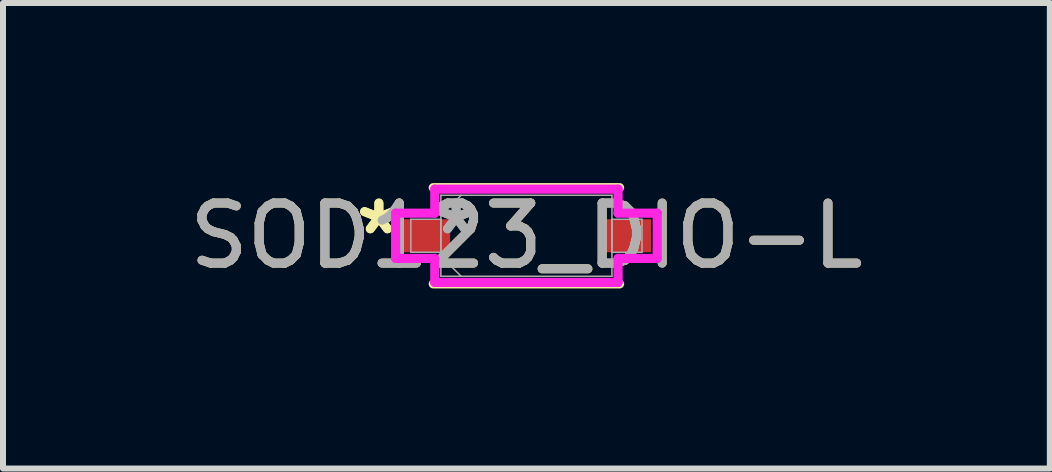
<source format=kicad_pcb>
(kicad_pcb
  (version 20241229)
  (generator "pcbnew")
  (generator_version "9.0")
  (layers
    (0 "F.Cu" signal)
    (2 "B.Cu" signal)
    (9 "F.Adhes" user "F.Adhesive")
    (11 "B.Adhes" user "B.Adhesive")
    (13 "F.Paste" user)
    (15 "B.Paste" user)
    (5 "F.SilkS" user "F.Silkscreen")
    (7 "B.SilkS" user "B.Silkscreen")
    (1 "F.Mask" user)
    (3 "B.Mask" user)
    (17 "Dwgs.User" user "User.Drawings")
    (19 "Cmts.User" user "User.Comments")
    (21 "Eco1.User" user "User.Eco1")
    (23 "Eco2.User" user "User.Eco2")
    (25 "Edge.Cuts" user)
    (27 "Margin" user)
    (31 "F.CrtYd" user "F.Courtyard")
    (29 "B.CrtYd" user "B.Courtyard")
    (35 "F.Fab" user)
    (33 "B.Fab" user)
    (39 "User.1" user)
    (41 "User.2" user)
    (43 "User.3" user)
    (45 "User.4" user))
  (footprint "SOD123_DIO-L"
    (layer "F.Cu")
    (at 5.72 0.878)
    (property "Reference" "SOD123_DIO-L" (at 0 0 0) (unlocked yes) (layer "F.SilkS") (effects (font (size 1 1) (thickness 0.15))))
    (attr smd)
    (fp_line (start -1.552 0.802) (end 1.552 0.802) (stroke (width 0.152) (type solid)) (layer "F.SilkS"))
    (fp_line (start 1.552 -0.802) (end -1.552 -0.802) (stroke (width 0.152) (type solid)) (layer "F.SilkS"))
    (fp_line (start -2.179 -0.377) (end -1.527 -0.377) (stroke (width 0.152) (type solid)) (layer "F.CrtYd"))
    (fp_line (start -2.179 0.377) (end -2.179 -0.377) (stroke (width 0.152) (type solid)) (layer "F.CrtYd"))
    (fp_line (start -1.527 -0.777) (end 1.527 -0.777) (stroke (width 0.152) (type solid)) (layer "F.CrtYd"))
    (fp_line (start -1.527 -0.377) (end -1.527 -0.777) (stroke (width 0.152) (type solid)) (layer "F.CrtYd"))
    (fp_line (start -1.527 0.377) (end -2.179 0.377) (stroke (width 0.152) (type solid)) (layer "F.CrtYd"))
    (fp_line (start -1.527 0.777) (end -1.527 0.377) (stroke (width 0.152) (type solid)) (layer "F.CrtYd"))
    (fp_line (start 1.527 -0.777) (end 1.527 -0.377) (stroke (width 0.152) (type solid)) (layer "F.CrtYd"))
    (fp_line (start 1.527 -0.377) (end 2.179 -0.377) (stroke (width 0.152) (type solid)) (layer "F.CrtYd"))
    (fp_line (start 1.527 0.377) (end 1.527 0.777) (stroke (width 0.152) (type solid)) (layer "F.CrtYd"))
    (fp_line (start 1.527 0.777) (end -1.527 0.777) (stroke (width 0.152) (type solid)) (layer "F.CrtYd"))
    (fp_line (start 2.179 -0.377) (end 2.179 0.377) (stroke (width 0.152) (type solid)) (layer "F.CrtYd"))
    (fp_line (start 2.179 0.377) (end 1.527 0.377) (stroke (width 0.152) (type solid)) (layer "F.CrtYd"))
    (fp_line (start -1.925 -0.275) (end -1.925 0.275) (stroke (width 0.025) (type solid)) (layer "F.Fab"))
    (fp_line (start -1.925 0.275) (end -1.425 0.275) (stroke (width 0.025) (type solid)) (layer "F.Fab"))
    (fp_line (start -1.425 -0.675) (end -1.425 0.675) (stroke (width 0.025) (type solid)) (layer "F.Fab"))
    (fp_line (start -1.425 -0.338) (end -1.087 -0.675) (stroke (width 0.025) (type solid)) (layer "F.Fab"))
    (fp_line (start -1.425 -0.275) (end -1.925 -0.275) (stroke (width 0.025) (type solid)) (layer "F.Fab"))
    (fp_line (start -1.425 0.275) (end -1.425 -0.275) (stroke (width 0.025) (type solid)) (layer "F.Fab"))
    (fp_line (start -1.425 0.338) (end -1.087 0.675) (stroke (width 0.025) (type solid)) (layer "F.Fab"))
    (fp_line (start -1.425 0.675) (end 1.425 0.675) (stroke (width 0.025) (type solid)) (layer "F.Fab"))
    (fp_line (start 1.425 -0.675) (end -1.425 -0.675) (stroke (width 0.025) (type solid)) (layer "F.Fab"))
    (fp_line (start 1.425 -0.275) (end 1.425 0.275) (stroke (width 0.025) (type solid)) (layer "F.Fab"))
    (fp_line (start 1.425 0.275) (end 1.925 0.275) (stroke (width 0.025) (type solid)) (layer "F.Fab"))
    (fp_line (start 1.425 0.675) (end 1.425 -0.675) (stroke (width 0.025) (type solid)) (layer "F.Fab"))
    (fp_line (start 1.925 -0.275) (end 1.425 -0.275) (stroke (width 0.025) (type solid)) (layer "F.Fab"))
    (fp_line (start 1.925 0.275) (end 1.925 -0.275) (stroke (width 0.025) (type solid)) (layer "F.Fab"))
    (fp_text user "*" (at -2.458 0 0) (layer "F.SilkS") (effects (font (size 1 1) (thickness 0.15))))
    (fp_text user "*" (at -2.458 0 0) (unlocked yes) (layer "F.SilkS") (effects (font (size 1 1) (thickness 0.15))))
    (fp_text user "*" (at -1.171 0 0) (unlocked yes) (layer "F.Fab") (effects (font (size 1 1) (thickness 0.15))))
    (fp_text user "*" (at -1.171 0 0) (layer "F.Fab") (effects (font (size 1 1) (thickness 0.15))))
    (fp_text user "${REFERENCE}" (at 0 0 0) (unlocked yes) (layer "F.Fab") (effects (font (size 1 1) (thickness 0.15))))
    (pad "1" smd rect (at -1.674 0) (size 0.806 0.55) (layers "F.Cu" "F.Mask" "F.Paste"))
    (pad "2" smd rect (at 1.674 0) (size 0.806 0.55) (layers "F.Cu" "F.Mask" "F.Paste")))
  (gr_rect
    (start -3 -3)
    (end 14.44 4.756)
    (stroke (width 0.1) (type default))
    (fill no)
    (layer "Edge.Cuts")))
</source>
